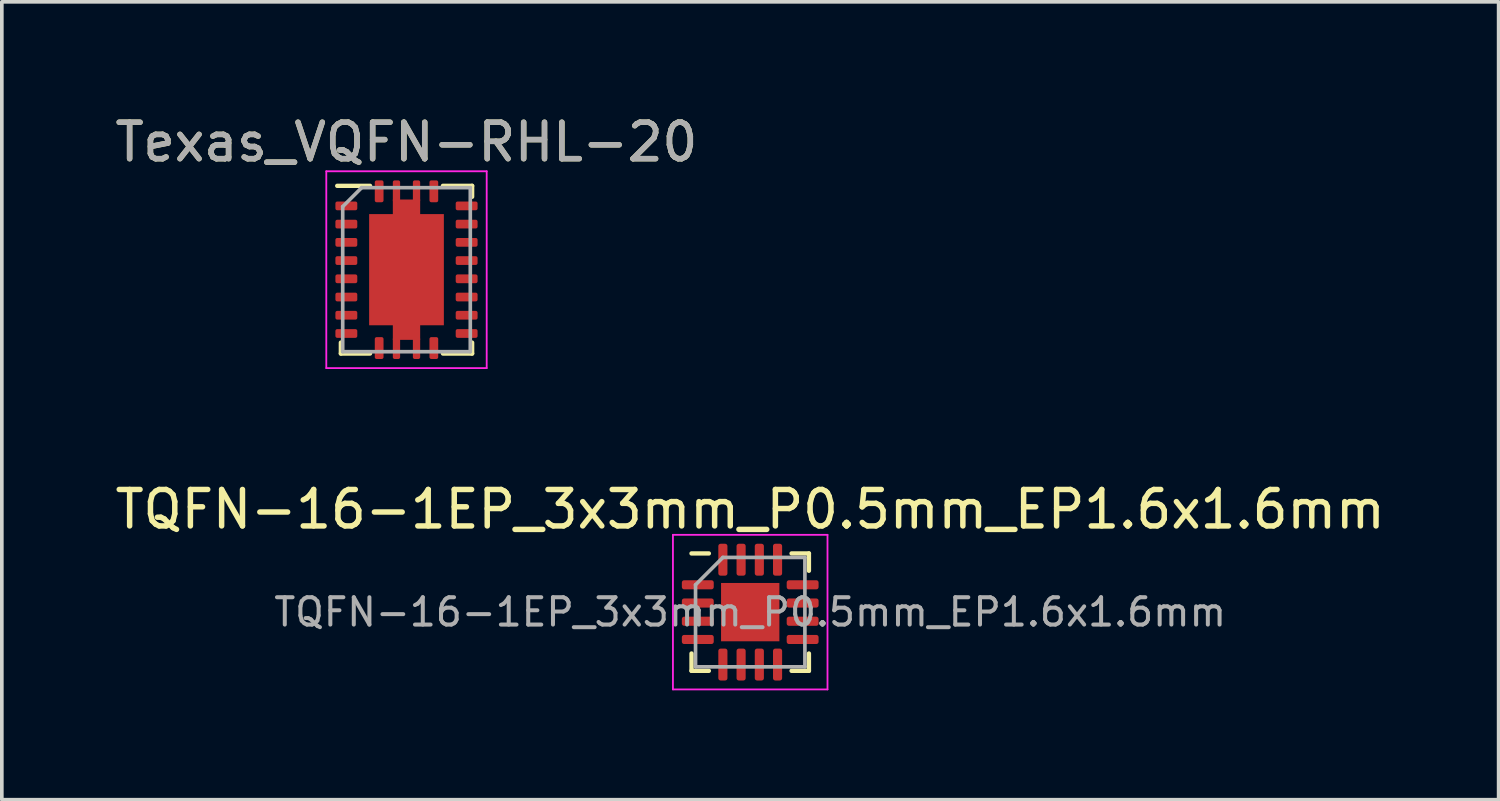
<source format=kicad_pcb>
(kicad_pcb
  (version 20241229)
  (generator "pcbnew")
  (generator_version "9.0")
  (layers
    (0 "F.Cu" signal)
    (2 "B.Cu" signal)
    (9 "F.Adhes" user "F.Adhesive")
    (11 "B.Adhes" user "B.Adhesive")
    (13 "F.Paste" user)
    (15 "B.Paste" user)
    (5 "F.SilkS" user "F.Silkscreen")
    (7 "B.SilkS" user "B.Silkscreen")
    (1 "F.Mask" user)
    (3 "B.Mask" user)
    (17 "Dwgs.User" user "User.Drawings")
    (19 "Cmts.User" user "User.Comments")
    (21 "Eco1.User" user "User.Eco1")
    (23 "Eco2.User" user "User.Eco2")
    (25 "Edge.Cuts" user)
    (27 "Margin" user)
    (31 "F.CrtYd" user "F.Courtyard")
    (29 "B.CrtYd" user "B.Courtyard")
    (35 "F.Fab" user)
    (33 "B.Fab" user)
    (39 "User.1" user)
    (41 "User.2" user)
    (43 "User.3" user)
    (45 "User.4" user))
  (footprint "TQFN-16-1EP_3x3mm_P0.5mm_EP1.6x1.6mm"
    (layer "F.Cu")
    (at 17.53 13.742)
    (property "Reference" "TQFN-16-1EP_3x3mm_P0.5mm_EP1.6x1.6mm" (at 0 -2.82 0) (layer "F.SilkS") (effects (font (size 1 1) (thickness 0.15))))
    (attr smd)
    (fp_line (start -1.61 1.61) (end -1.61 1.135) (stroke (width 0.12) (type solid)) (layer "F.SilkS"))
    (fp_line (start -1.135 -1.61) (end -1.61 -1.61) (stroke (width 0.12) (type solid)) (layer "F.SilkS"))
    (fp_line (start -1.135 1.61) (end -1.61 1.61) (stroke (width 0.12) (type solid)) (layer "F.SilkS"))
    (fp_line (start 1.135 -1.61) (end 1.61 -1.61) (stroke (width 0.12) (type solid)) (layer "F.SilkS"))
    (fp_line (start 1.135 1.61) (end 1.61 1.61) (stroke (width 0.12) (type solid)) (layer "F.SilkS"))
    (fp_line (start 1.61 -1.61) (end 1.61 -1.135) (stroke (width 0.12) (type solid)) (layer "F.SilkS"))
    (fp_line (start 1.61 1.61) (end 1.61 1.135) (stroke (width 0.12) (type solid)) (layer "F.SilkS"))
    (fp_line (start -2.12 -2.12) (end -2.12 2.12) (stroke (width 0.05) (type solid)) (layer "F.CrtYd"))
    (fp_line (start -2.12 2.12) (end 2.12 2.12) (stroke (width 0.05) (type solid)) (layer "F.CrtYd"))
    (fp_line (start 2.12 -2.12) (end -2.12 -2.12) (stroke (width 0.05) (type solid)) (layer "F.CrtYd"))
    (fp_line (start 2.12 2.12) (end 2.12 -2.12) (stroke (width 0.05) (type solid)) (layer "F.CrtYd"))
    (fp_line (start -1.5 -0.75) (end -0.75 -1.5) (stroke (width 0.1) (type solid)) (layer "F.Fab"))
    (fp_line (start -1.5 1.5) (end -1.5 -0.75) (stroke (width 0.1) (type solid)) (layer "F.Fab"))
    (fp_line (start -0.75 -1.5) (end 1.5 -1.5) (stroke (width 0.1) (type solid)) (layer "F.Fab"))
    (fp_line (start 1.5 -1.5) (end 1.5 1.5) (stroke (width 0.1) (type solid)) (layer "F.Fab"))
    (fp_line (start 1.5 1.5) (end -1.5 1.5) (stroke (width 0.1) (type solid)) (layer "F.Fab"))
    (fp_text user "${REFERENCE}" (at 0 0 0) (layer "F.Fab") (effects (font (size 0.75 0.75) (thickness 0.11))))
    (pad "" smd roundrect (at -0.4 -0.4) (size 0.64 0.64) (layers "F.Paste") (roundrect_rratio 0.25))
    (pad "" smd roundrect (at -0.4 0.4) (size 0.64 0.64) (layers "F.Paste") (roundrect_rratio 0.25))
    (pad "" smd roundrect (at 0.4 -0.4) (size 0.64 0.64) (layers "F.Paste") (roundrect_rratio 0.25))
    (pad "" smd roundrect (at 0.4 0.4) (size 0.64 0.64) (layers "F.Paste") (roundrect_rratio 0.25))
    (pad "1" smd roundrect (at -1.438 -0.75) (size 0.875 0.25) (layers "F.Cu" "F.Mask" "F.Paste") (roundrect_rratio 0.25))
    (pad "2" smd roundrect (at -1.438 -0.25) (size 0.875 0.25) (layers "F.Cu" "F.Mask" "F.Paste") (roundrect_rratio 0.25))
    (pad "3" smd roundrect (at -1.438 0.25) (size 0.875 0.25) (layers "F.Cu" "F.Mask" "F.Paste") (roundrect_rratio 0.25))
    (pad "4" smd roundrect (at -1.438 0.75) (size 0.875 0.25) (layers "F.Cu" "F.Mask" "F.Paste") (roundrect_rratio 0.25))
    (pad "5" smd roundrect (at -0.75 1.438) (size 0.25 0.875) (layers "F.Cu" "F.Mask" "F.Paste") (roundrect_rratio 0.25))
    (pad "6" smd roundrect (at -0.25 1.438) (size 0.25 0.875) (layers "F.Cu" "F.Mask" "F.Paste") (roundrect_rratio 0.25))
    (pad "7" smd roundrect (at 0.25 1.438) (size 0.25 0.875) (layers "F.Cu" "F.Mask" "F.Paste") (roundrect_rratio 0.25))
    (pad "8" smd roundrect (at 0.75 1.438) (size 0.25 0.875) (layers "F.Cu" "F.Mask" "F.Paste") (roundrect_rratio 0.25))
    (pad "9" smd roundrect (at 1.438 0.75) (size 0.875 0.25) (layers "F.Cu" "F.Mask" "F.Paste") (roundrect_rratio 0.25))
    (pad "10" smd roundrect (at 1.438 0.25) (size 0.875 0.25) (layers "F.Cu" "F.Mask" "F.Paste") (roundrect_rratio 0.25))
    (pad "11" smd roundrect (at 1.438 -0.25) (size 0.875 0.25) (layers "F.Cu" "F.Mask" "F.Paste") (roundrect_rratio 0.25))
    (pad "12" smd roundrect (at 1.438 -0.75) (size 0.875 0.25) (layers "F.Cu" "F.Mask" "F.Paste") (roundrect_rratio 0.25))
    (pad "13" smd roundrect (at 0.75 -1.438) (size 0.25 0.875) (layers "F.Cu" "F.Mask" "F.Paste") (roundrect_rratio 0.25))
    (pad "14" smd roundrect (at 0.25 -1.438) (size 0.25 0.875) (layers "F.Cu" "F.Mask" "F.Paste") (roundrect_rratio 0.25))
    (pad "15" smd roundrect (at -0.25 -1.438) (size 0.25 0.875) (layers "F.Cu" "F.Mask" "F.Paste") (roundrect_rratio 0.25))
    (pad "16" smd roundrect (at -0.75 -1.438) (size 0.25 0.875) (layers "F.Cu" "F.Mask" "F.Paste") (roundrect_rratio 0.25))
    (pad "17" smd rect (at 0 0) (size 1.6 1.6) (layers "F.Cu" "F.Mask")))
  (footprint "Texas_VQFN-RHL-20"
    (layer "F.Cu")
    (at 8.101 4.348)
    (property "Reference" "Texas_VQFN-RHL-20" (at 0 -3.5 0) (layer "F.SilkS") (effects (font (size 1 1) (thickness 0.15))))
    (attr smd)
    (fp_line (start -1.9 -2.3) (end -1 -2.3) (stroke (width 0.12) (type solid)) (layer "F.SilkS"))
    (fp_line (start -1.8 2) (end -1.8 2.3) (stroke (width 0.12) (type solid)) (layer "F.SilkS"))
    (fp_line (start -1.8 2.3) (end -1 2.3) (stroke (width 0.12) (type solid)) (layer "F.SilkS"))
    (fp_line (start 1 -2.3) (end 1.8 -2.3) (stroke (width 0.12) (type solid)) (layer "F.SilkS"))
    (fp_line (start 1 2.3) (end 1.8 2.3) (stroke (width 0.12) (type solid)) (layer "F.SilkS"))
    (fp_line (start 1.8 -2.3) (end 1.8 -2) (stroke (width 0.12) (type solid)) (layer "F.SilkS"))
    (fp_line (start 1.8 2) (end 1.8 2.3) (stroke (width 0.12) (type solid)) (layer "F.SilkS"))
    (fp_line (start -2.2 -2.7) (end -2.2 2.7) (stroke (width 0.05) (type solid)) (layer "F.CrtYd"))
    (fp_line (start -2.2 -2.7) (end 2.2 -2.7) (stroke (width 0.05) (type solid)) (layer "F.CrtYd"))
    (fp_line (start -2.2 2.7) (end 2.2 2.7) (stroke (width 0.05) (type solid)) (layer "F.CrtYd"))
    (fp_line (start 2.2 -2.7) (end 2.2 2.7) (stroke (width 0.05) (type solid)) (layer "F.CrtYd"))
    (fp_line (start -1.75 -1.73) (end -1.75 2.25) (stroke (width 0.1) (type solid)) (layer "F.Fab"))
    (fp_line (start -1.75 -1.73) (end -1.23 -2.25) (stroke (width 0.1) (type solid)) (layer "F.Fab"))
    (fp_line (start -1.75 2.25) (end 1.75 2.25) (stroke (width 0.1) (type solid)) (layer "F.Fab"))
    (fp_line (start -1.23 -2.25) (end 1.75 -2.25) (stroke (width 0.1) (type solid)) (layer "F.Fab"))
    (fp_line (start 1.75 -2.25) (end 1.75 2.25) (stroke (width 0.1) (type solid)) (layer "F.Fab"))
    (fp_text user "${REFERENCE}" (at 0 -3.5 0) (layer "F.Fab") (effects (font (size 1 1) (thickness 0.15))))
    (pad "" smd rect (at -0.56 -1.05) (size 0.92 0.85) (layers "F.Paste"))
    (pad "" smd rect (at -0.56 0) (size 0.92 0.85) (layers "F.Paste"))
    (pad "" smd rect (at -0.56 1.05) (size 0.92 0.85) (layers "F.Paste"))
    (pad "" smd rect (at 0 -1.8) (size 0.75 0.25) (layers "F.Paste"))
    (pad "" smd rect (at 0 1.8) (size 0.75 0.25) (layers "F.Paste"))
    (pad "" smd rect (at 0.56 -1.05) (size 0.92 0.85) (layers "F.Paste"))
    (pad "" smd rect (at 0.56 0) (size 0.92 0.85) (layers "F.Paste"))
    (pad "" smd rect (at 0.56 1.05) (size 0.92 0.85) (layers "F.Paste"))
    (pad "1" smd roundrect (at -0.75 -2.15) (size 0.24 0.6) (layers "F.Cu" "F.Mask" "F.Paste") (roundrect_rratio 0.21))
    (pad "2" smd roundrect (at -1.65 -1.75) (size 0.6 0.24) (layers "F.Cu" "F.Mask" "F.Paste") (roundrect_rratio 0.21))
    (pad "3" smd roundrect (at -1.65 -1.25) (size 0.6 0.24) (layers "F.Cu" "F.Mask" "F.Paste") (roundrect_rratio 0.21))
    (pad "4" smd roundrect (at -1.65 -0.75) (size 0.6 0.24) (layers "F.Cu" "F.Mask" "F.Paste") (roundrect_rratio 0.21))
    (pad "5" smd roundrect (at -1.65 -0.25) (size 0.6 0.24) (layers "F.Cu" "F.Mask" "F.Paste") (roundrect_rratio 0.21))
    (pad "6" smd roundrect (at -1.65 0.25) (size 0.6 0.24) (layers "F.Cu" "F.Mask" "F.Paste") (roundrect_rratio 0.21))
    (pad "7" smd roundrect (at -1.65 0.75) (size 0.6 0.24) (layers "F.Cu" "F.Mask" "F.Paste") (roundrect_rratio 0.21))
    (pad "8" smd roundrect (at -1.65 1.25) (size 0.6 0.24) (layers "F.Cu" "F.Mask" "F.Paste") (roundrect_rratio 0.21))
    (pad "9" smd roundrect (at -1.65 1.75) (size 0.6 0.24) (layers "F.Cu" "F.Mask" "F.Paste") (roundrect_rratio 0.21))
    (pad "10" smd roundrect (at -0.75 2.15) (size 0.24 0.6) (layers "F.Cu" "F.Mask" "F.Paste") (roundrect_rratio 0.21))
    (pad "11" smd roundrect (at 0.75 2.15) (size 0.24 0.6) (layers "F.Cu" "F.Mask" "F.Paste") (roundrect_rratio 0.21))
    (pad "12" smd roundrect (at 1.65 1.75) (size 0.6 0.24) (layers "F.Cu" "F.Mask" "F.Paste") (roundrect_rratio 0.21))
    (pad "13" smd roundrect (at 1.65 1.25) (size 0.6 0.24) (layers "F.Cu" "F.Mask" "F.Paste") (roundrect_rratio 0.21))
    (pad "14" smd roundrect (at 1.65 0.75) (size 0.6 0.24) (layers "F.Cu" "F.Mask" "F.Paste") (roundrect_rratio 0.21))
    (pad "15" smd roundrect (at 1.65 0.25) (size 0.6 0.24) (layers "F.Cu" "F.Mask" "F.Paste") (roundrect_rratio 0.21))
    (pad "16" smd roundrect (at 1.65 -0.25) (size 0.6 0.24) (layers "F.Cu" "F.Mask" "F.Paste") (roundrect_rratio 0.21))
    (pad "17" smd roundrect (at 1.65 -0.75) (size 0.6 0.24) (layers "F.Cu" "F.Mask" "F.Paste") (roundrect_rratio 0.21))
    (pad "18" smd roundrect (at 1.65 -1.25) (size 0.6 0.24) (layers "F.Cu" "F.Mask" "F.Paste") (roundrect_rratio 0.21))
    (pad "19" smd roundrect (at 1.65 -1.75) (size 0.6 0.24) (layers "F.Cu" "F.Mask" "F.Paste") (roundrect_rratio 0.21))
    (pad "20" smd roundrect (at 0.75 -2.15) (size 0.24 0.6) (layers "F.Cu" "F.Mask" "F.Paste") (roundrect_rratio 0.21))
    (pad "21" smd roundrect (at -0.275 -2.15) (size 0.2 0.6) (layers "F.Cu" "F.Mask" "F.Paste") (roundrect_rratio 0.25))
    (pad "21" smd roundrect (at -0.275 2.15) (size 0.2 0.6) (layers "F.Cu" "F.Mask" "F.Paste") (roundrect_rratio 0.25))
    (pad "21" smd custom (at 0 0) (size 1.524 1.524) (layers "F.Cu" "F.Mask") (options (anchor rect)) (primitives (gr_poly (pts (xy 0.375 -1.525) (xy 1.025 -1.525) (xy 1.025 1.525) (xy 0.375 1.525) (xy 0.375 1.925) (xy -0.375 1.925) (xy -0.375 1.525) (xy -1.025 1.525) (xy -1.025 -1.525) (xy -0.375 -1.525) (xy -0.375 -1.925) (xy 0.375 -1.925)) (width 0) (fill yes))))
    (pad "21" smd roundrect (at 0.275 -2.15) (size 0.2 0.6) (layers "F.Cu" "F.Mask" "F.Paste") (roundrect_rratio 0.25))
    (pad "21" smd roundrect (at 0.275 2.15) (size 0.2 0.6) (layers "F.Cu" "F.Mask" "F.Paste") (roundrect_rratio 0.25)))
  (gr_rect
    (start -3 -3)
    (end 38.06 18.887)
    (stroke (width 0.1) (type default))
    (fill no)
    (layer "Edge.Cuts")))
</source>
